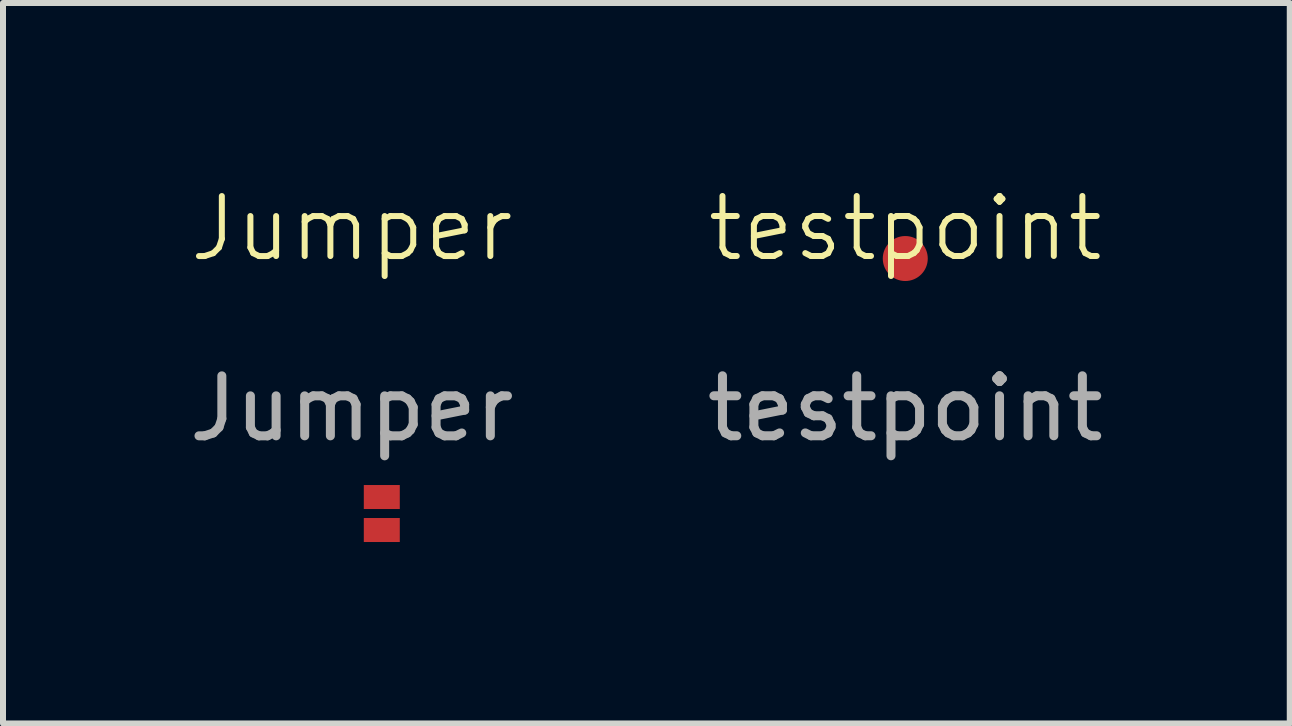
<source format=kicad_pcb>
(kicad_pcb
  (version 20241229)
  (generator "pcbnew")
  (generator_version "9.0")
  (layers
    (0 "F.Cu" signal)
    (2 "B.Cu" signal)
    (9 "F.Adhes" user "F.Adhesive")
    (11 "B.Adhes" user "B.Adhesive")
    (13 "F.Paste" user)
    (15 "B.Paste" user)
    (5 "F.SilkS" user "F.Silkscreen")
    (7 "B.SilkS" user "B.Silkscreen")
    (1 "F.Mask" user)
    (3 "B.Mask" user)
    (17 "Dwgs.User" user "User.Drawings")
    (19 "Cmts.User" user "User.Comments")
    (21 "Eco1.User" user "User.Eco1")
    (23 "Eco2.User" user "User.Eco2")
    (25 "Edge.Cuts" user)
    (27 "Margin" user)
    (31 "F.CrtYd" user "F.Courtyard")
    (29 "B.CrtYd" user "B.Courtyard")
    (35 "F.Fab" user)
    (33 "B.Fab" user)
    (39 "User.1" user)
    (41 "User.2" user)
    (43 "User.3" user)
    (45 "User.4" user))
  (footprint "Jumper"
    (layer "F.Cu")
    (at 3.315 5.261)
    (property "Reference" "Jumper" (at -0.5 -4.5 0) (unlocked yes) (layer "F.SilkS") (effects (font (size 1 1) (thickness 0.1))))
    (attr smd)
    (fp_rect (start -0.3 -0.225) (end 0.3 0.725) (stroke (width 0.05) (type solid)) (fill yes) (layer "F.Mask"))
    (fp_text user "${REFERENCE}" (at -0.5 -1.5 0) (unlocked yes) (layer "F.Fab") (effects (font (size 1 1) (thickness 0.15))))
    (pad "1" smd rect (at 0 -0.025) (size 0.6 0.4) (layers "F.Cu"))
    (pad "2" smd rect (at 0 0.525) (size 0.6 0.4) (layers "F.Cu")))
  (footprint "testpoint"
    (layer "F.Cu")
    (at 12.042 1.26)
    (property "Reference" "testpoint" (at 0 -0.5 0) (unlocked yes) (layer "F.SilkS") (effects (font (size 1 1) (thickness 0.1))))
    (attr smd)
    (fp_text user "${REFERENCE}" (at 0 2.5 0) (unlocked yes) (layer "F.Fab") (effects (font (size 1 1) (thickness 0.15))))
    (pad "1" smd circle (at 0 0) (size 0.75 0.75) (layers "F.Cu" "F.Mask")))
  (gr_rect
    (start -3 -3)
    (end 18.452 9.011)
    (stroke (width 0.1) (type default))
    (fill no)
    (layer "Edge.Cuts")))
</source>
